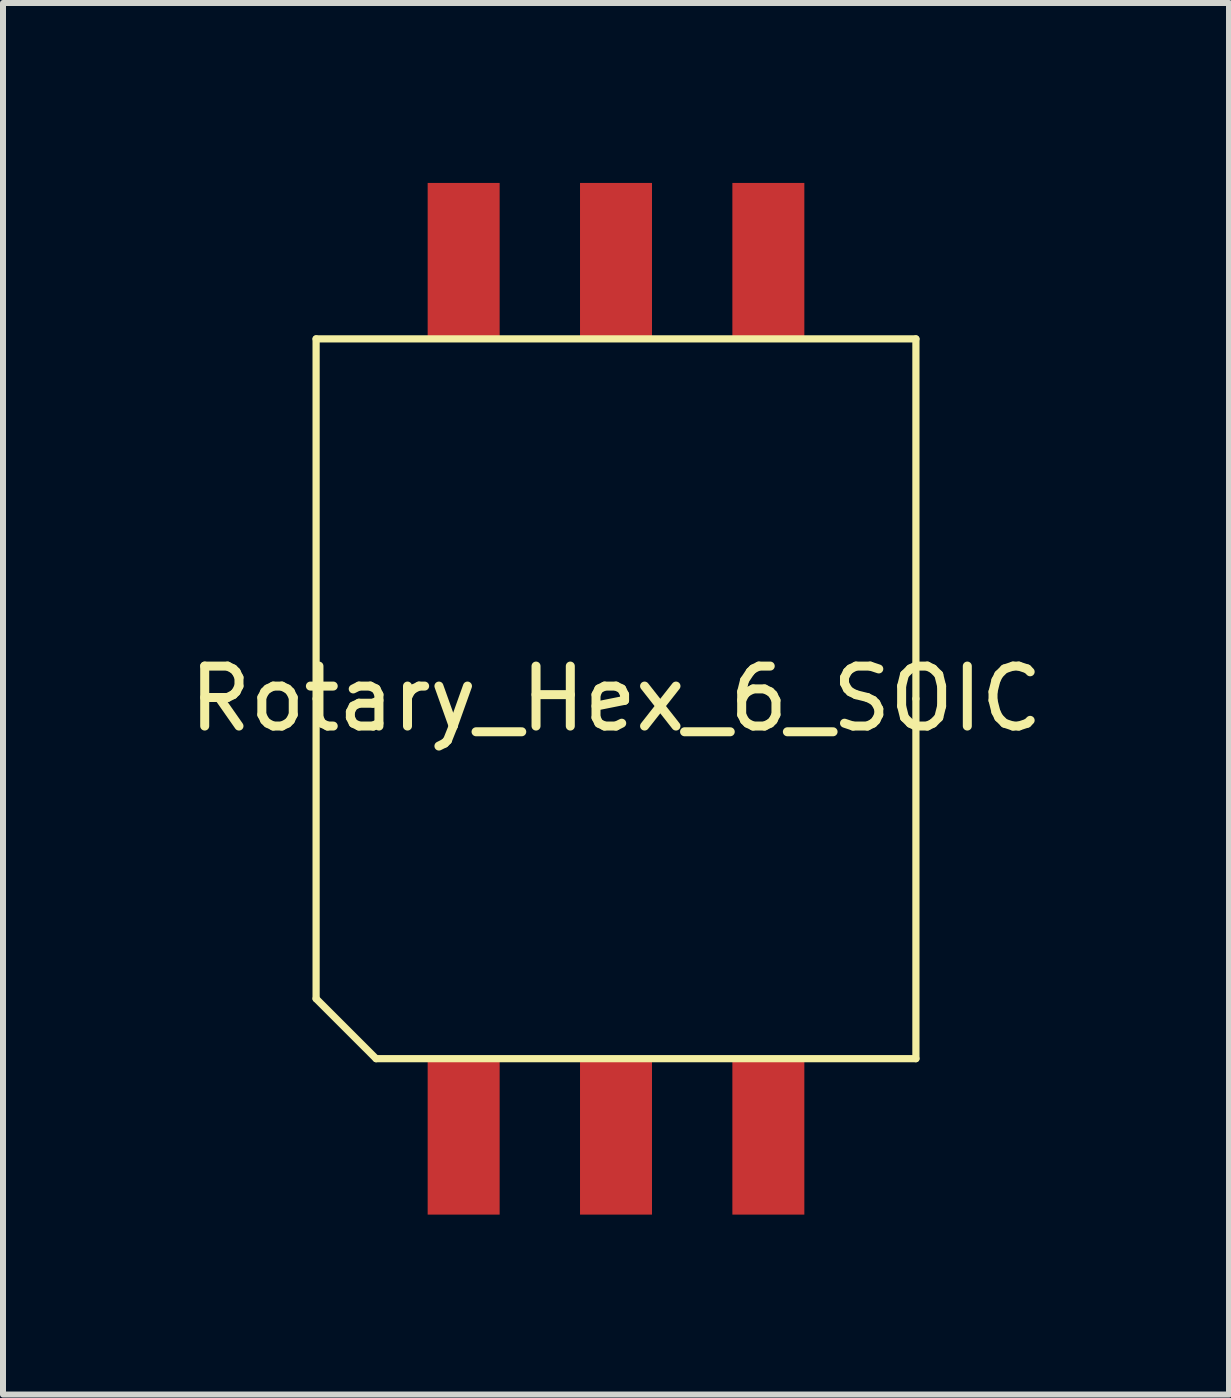
<source format=kicad_pcb>
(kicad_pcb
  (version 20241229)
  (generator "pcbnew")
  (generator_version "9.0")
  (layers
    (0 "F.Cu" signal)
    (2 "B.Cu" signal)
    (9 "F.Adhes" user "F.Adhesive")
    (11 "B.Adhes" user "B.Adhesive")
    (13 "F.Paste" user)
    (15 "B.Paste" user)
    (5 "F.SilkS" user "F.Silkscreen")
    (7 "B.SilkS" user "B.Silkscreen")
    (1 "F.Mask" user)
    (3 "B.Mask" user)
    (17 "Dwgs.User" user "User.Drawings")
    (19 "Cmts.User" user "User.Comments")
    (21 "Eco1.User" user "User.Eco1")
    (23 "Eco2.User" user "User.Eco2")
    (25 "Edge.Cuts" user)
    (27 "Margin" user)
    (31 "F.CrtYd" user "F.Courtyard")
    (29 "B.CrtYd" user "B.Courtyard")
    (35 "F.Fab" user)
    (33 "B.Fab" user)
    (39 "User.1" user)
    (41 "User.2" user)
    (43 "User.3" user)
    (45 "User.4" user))
  (footprint "Rotary_Hex_6_SOIC"
    (layer "F.Cu")
    (at 7.22 8.6)
    (property "Reference" "Rotary_Hex_6_SOIC" (at 0 0 180) (layer "F.SilkS") (effects (font (size 1 1) (thickness 0.15))))
    (attr smd)
    (fp_line (start -5 -6) (end 5 -6) (stroke (width 0.12) (type solid)) (layer "F.SilkS"))
    (fp_line (start -5 0) (end -5 -6) (stroke (width 0.12) (type solid)) (layer "F.SilkS"))
    (fp_line (start -5 5) (end -5 0) (stroke (width 0.12) (type solid)) (layer "F.SilkS"))
    (fp_line (start -4 6) (end -5 5) (stroke (width 0.12) (type solid)) (layer "F.SilkS"))
    (fp_line (start 5 -6) (end 5 0) (stroke (width 0.12) (type solid)) (layer "F.SilkS"))
    (fp_line (start 5 0) (end 5 6) (stroke (width 0.12) (type solid)) (layer "F.SilkS"))
    (fp_line (start 5 6) (end -4 6) (stroke (width 0.12) (type solid)) (layer "F.SilkS"))
    (pad "1" smd rect (at -2.54 7.3) (size 1.2 2.6) (layers "F.Cu" "F.Mask" "F.Paste"))
    (pad "2" smd rect (at 2.54 -7.3) (size 1.2 2.6) (layers "F.Cu" "F.Mask" "F.Paste"))
    (pad "4" smd rect (at 2.54 7.3) (size 1.2 2.6) (layers "F.Cu" "F.Mask" "F.Paste"))
    (pad "8" smd rect (at -2.54 -7.3) (size 1.2 2.6) (layers "F.Cu" "F.Mask" "F.Paste"))
    (pad "C" smd rect (at 0 -7.3) (size 1.2 2.6) (layers "F.Cu" "F.Mask" "F.Paste"))
    (pad "C" smd rect (at 0 7.3) (size 1.2 2.6) (layers "F.Cu" "F.Mask" "F.Paste")))
  (gr_rect
    (start -3 -3)
    (end 17.44 20.2)
    (stroke (width 0.1) (type default))
    (fill no)
    (layer "Edge.Cuts")))
</source>
